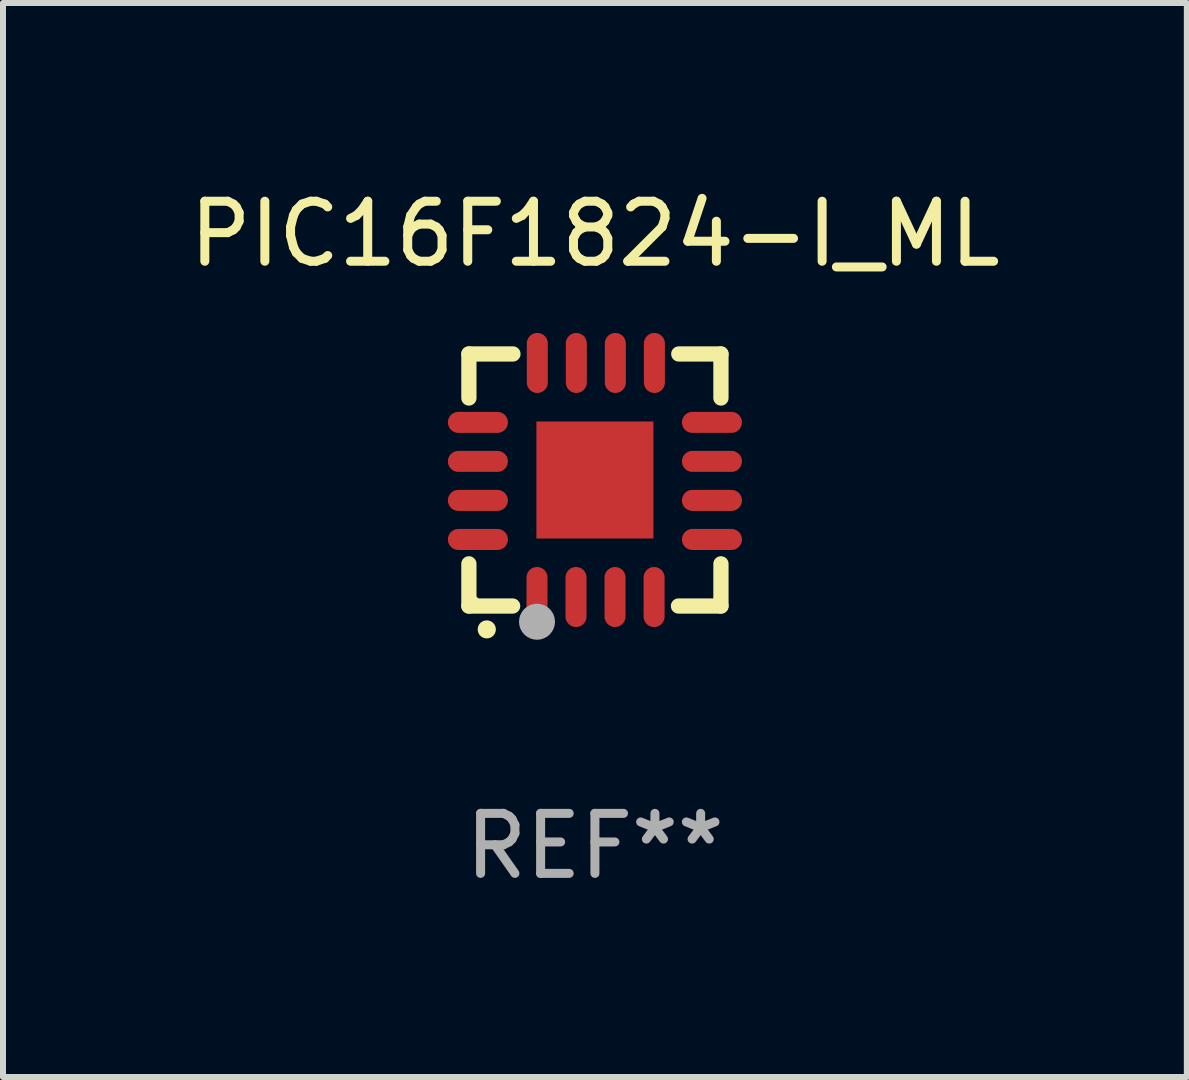
<source format=kicad_pcb>
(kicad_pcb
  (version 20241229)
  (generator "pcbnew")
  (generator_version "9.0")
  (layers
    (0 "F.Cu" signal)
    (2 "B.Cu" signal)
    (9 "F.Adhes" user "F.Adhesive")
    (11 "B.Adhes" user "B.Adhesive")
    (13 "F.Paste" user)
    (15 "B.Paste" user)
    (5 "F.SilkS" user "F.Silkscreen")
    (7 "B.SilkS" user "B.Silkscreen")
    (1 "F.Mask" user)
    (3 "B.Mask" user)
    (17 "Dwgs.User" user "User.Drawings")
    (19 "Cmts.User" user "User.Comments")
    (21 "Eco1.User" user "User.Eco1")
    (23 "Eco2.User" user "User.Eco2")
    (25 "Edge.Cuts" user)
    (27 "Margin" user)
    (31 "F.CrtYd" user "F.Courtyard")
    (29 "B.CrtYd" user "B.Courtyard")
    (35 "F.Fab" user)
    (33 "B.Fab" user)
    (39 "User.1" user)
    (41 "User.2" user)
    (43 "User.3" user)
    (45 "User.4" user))
  (footprint "PIC16F1824-I_ML"
    (layer "F.Cu")
    (at 6.863 4.948)
    (property "Reference" "PIC16F1824-I_ML" (at 0 -4.1 0) (layer "F.SilkS") (effects (font (size 1 1) (thickness 0.15))))
    (attr through_hole)
    (fp_line (start -2.1 -2.1) (end -1.366 -2.1) (stroke (width 0.254) (type solid)) (layer "F.SilkS"))
    (fp_line (start -2.1 -1.366) (end -2.1 -2.1) (stroke (width 0.254) (type solid)) (layer "F.SilkS"))
    (fp_line (start -2.1 2.1) (end -2.1 1.397) (stroke (width 0.254) (type solid)) (layer "F.SilkS"))
    (fp_line (start -2.1 2.1) (end -1.371 2.1) (stroke (width 0.254) (type solid)) (layer "F.SilkS"))
    (fp_line (start 1.392 2.1) (end 2.1 2.1) (stroke (width 0.254) (type solid)) (layer "F.SilkS"))
    (fp_line (start 1.397 -2.1) (end 2.1 -2.1) (stroke (width 0.254) (type solid)) (layer "F.SilkS"))
    (fp_line (start 2.1 -1.366) (end 2.1 -2.1) (stroke (width 0.254) (type solid)) (layer "F.SilkS"))
    (fp_line (start 2.1 2.1) (end 2.1 1.397) (stroke (width 0.254) (type solid)) (layer "F.SilkS"))
    (fp_arc (start -1.803404 2.489205) (mid -1.802134 2.4892) (end -1.800864 2.489205) (stroke (width 0.3) (type solid)) (layer "F.SilkS"))
    (fp_circle (center -2 2) (end -1.97 2) (stroke (width 0.06) (type solid)) (fill no) (layer "F.SilkS"))
    (fp_circle (center -0.965 2.362) (end -0.815 2.362) (stroke (width 0.3) (type solid)) (fill no) (layer "F.Fab"))
    (fp_text user "REF**" (at 0 6.1 0) (layer "F.Fab") (effects (font (size 1 1) (thickness 0.15))))
    (pad "1" smd oval (at -0.965 1.95) (size 0.35 1) (layers "F.Cu" "F.Mask" "F.Paste"))
    (pad "2" smd oval (at -0.315 1.95) (size 0.35 1) (layers "F.Cu" "F.Mask" "F.Paste"))
    (pad "3" smd oval (at 0.335 1.95) (size 0.35 1) (layers "F.Cu" "F.Mask" "F.Paste"))
    (pad "4" smd oval (at 0.986 1.95) (size 0.35 1) (layers "F.Cu" "F.Mask" "F.Paste"))
    (pad "5" smd oval (at 1.95 0.991) (size 1 0.35) (layers "F.Cu" "F.Mask" "F.Paste"))
    (pad "6" smd oval (at 1.95 0.34) (size 1 0.35) (layers "F.Cu" "F.Mask" "F.Paste"))
    (pad "7" smd oval (at 1.95 -0.31) (size 1 0.35) (layers "F.Cu" "F.Mask" "F.Paste"))
    (pad "8" smd oval (at 1.95 -0.96) (size 1 0.35) (layers "F.Cu" "F.Mask" "F.Paste"))
    (pad "9" smd oval (at 0.991 -1.95) (size 0.35 1) (layers "F.Cu" "F.Mask" "F.Paste"))
    (pad "10" smd oval (at 0.34 -1.95) (size 0.35 1) (layers "F.Cu" "F.Mask" "F.Paste"))
    (pad "11" smd oval (at -0.31 -1.95) (size 0.35 1) (layers "F.Cu" "F.Mask" "F.Paste"))
    (pad "12" smd oval (at -0.96 -1.95) (size 0.35 1) (layers "F.Cu" "F.Mask" "F.Paste"))
    (pad "13" smd oval (at -1.95 -0.96) (size 1 0.35) (layers "F.Cu" "F.Mask" "F.Paste"))
    (pad "14" smd oval (at -1.95 -0.31) (size 1 0.35) (layers "F.Cu" "F.Mask" "F.Paste"))
    (pad "15" smd oval (at -1.95 0.34) (size 1 0.35) (layers "F.Cu" "F.Mask" "F.Paste"))
    (pad "16" smd oval (at -1.95 0.991) (size 1 0.35) (layers "F.Cu" "F.Mask" "F.Paste"))
    (pad "17" smd rect (at 0 0) (size 1.95 1.95) (layers "F.Cu" "F.Mask" "F.Paste")))
  (gr_rect
    (start -3 -3)
    (end 16.726 14.896)
    (stroke (width 0.1) (type default))
    (fill no)
    (layer "Edge.Cuts")))
</source>
